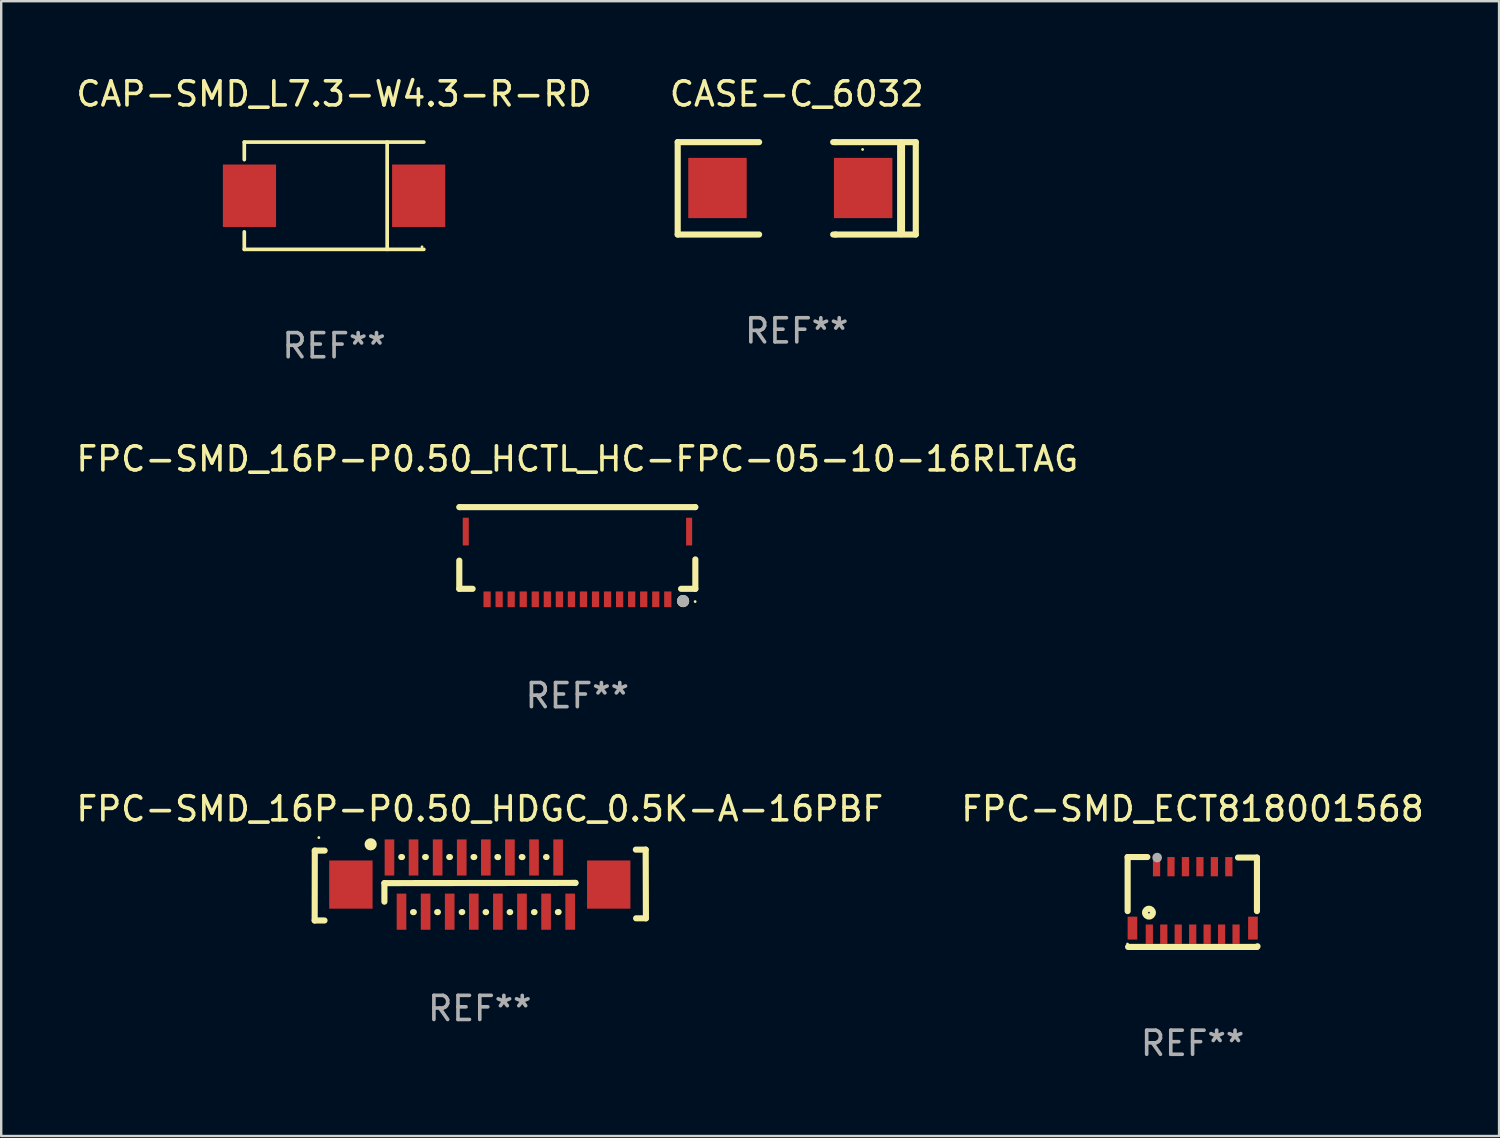
<source format=kicad_pcb>
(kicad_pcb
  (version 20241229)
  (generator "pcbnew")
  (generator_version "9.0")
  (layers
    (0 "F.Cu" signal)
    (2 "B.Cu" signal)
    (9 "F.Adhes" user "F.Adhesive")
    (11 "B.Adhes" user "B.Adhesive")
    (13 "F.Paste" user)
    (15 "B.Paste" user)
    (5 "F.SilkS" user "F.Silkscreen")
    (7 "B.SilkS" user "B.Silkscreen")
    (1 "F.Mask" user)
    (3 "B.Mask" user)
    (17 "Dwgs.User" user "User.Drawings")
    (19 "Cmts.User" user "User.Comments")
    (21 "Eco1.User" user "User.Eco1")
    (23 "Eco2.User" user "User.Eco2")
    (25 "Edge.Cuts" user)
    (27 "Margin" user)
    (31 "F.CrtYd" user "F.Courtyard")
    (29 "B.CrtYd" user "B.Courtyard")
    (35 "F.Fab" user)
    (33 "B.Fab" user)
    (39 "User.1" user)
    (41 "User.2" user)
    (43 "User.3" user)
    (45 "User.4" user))
  (footprint "FPC-SMD_16P-P0.50_HDGC_0.5K-A-16PBF"
    (layer "F.Cu")
    (at 16.864 33.663)
    (property "Reference" "FPC-SMD_16P-P0.50_HDGC_0.5K-A-16PBF" (at -0.001 -3.143 0) (layer "F.SilkS") (effects (font (size 1 1) (thickness 0.15))))
    (attr smd)
    (fp_line (start -6.854 1.49) (end -6.849 -1.41) (stroke (width 0.254) (type solid)) (layer "F.SilkS"))
    (fp_line (start -6.854 1.49) (end -6.446 1.49) (stroke (width 0.254) (type solid)) (layer "F.SilkS"))
    (fp_line (start -6.849 -1.41) (end -6.44 -1.41) (stroke (width 0.254) (type solid)) (layer "F.SilkS"))
    (fp_line (start -3.96 -0.06) (end 3.97 -0.07) (stroke (width 0.254) (type solid)) (layer "F.SilkS"))
    (fp_line (start -3.96 0.71) (end -3.96 -0.06) (stroke (width 0.254) (type solid)) (layer "F.SilkS"))
    (fp_line (start -3.26 -1.143) (end -3.23 -1.143) (stroke (width 0.254) (type solid)) (layer "F.SilkS"))
    (fp_line (start -2.74 1.143) (end -2.77 1.143) (stroke (width 0.254) (type solid)) (layer "F.SilkS"))
    (fp_line (start -2.27 -1.143) (end -2.24 -1.143) (stroke (width 0.254) (type solid)) (layer "F.SilkS"))
    (fp_line (start -1.74 1.143) (end -1.77 1.143) (stroke (width 0.254) (type solid)) (layer "F.SilkS"))
    (fp_line (start -1.27 -1.143) (end -1.24 -1.143) (stroke (width 0.254) (type solid)) (layer "F.SilkS"))
    (fp_line (start -0.73 1.14) (end -0.75 1.143) (stroke (width 0.254) (type solid)) (layer "F.SilkS"))
    (fp_line (start -0.26 -1.143) (end -0.23 -1.143) (stroke (width 0.254) (type solid)) (layer "F.SilkS"))
    (fp_line (start 0.26 1.143) (end 0.24 1.143) (stroke (width 0.254) (type solid)) (layer "F.SilkS"))
    (fp_line (start 0.73 -1.143) (end 0.76 -1.14) (stroke (width 0.254) (type solid)) (layer "F.SilkS"))
    (fp_line (start 1.26 1.143) (end 1.24 1.143) (stroke (width 0.254) (type solid)) (layer "F.SilkS"))
    (fp_line (start 1.74 -1.143) (end 1.77 -1.14) (stroke (width 0.254) (type solid)) (layer "F.SilkS"))
    (fp_line (start 2.27 1.143) (end 2.25 1.143) (stroke (width 0.254) (type solid)) (layer "F.SilkS"))
    (fp_line (start 2.75 -1.143) (end 2.77 -1.143) (stroke (width 0.254) (type solid)) (layer "F.SilkS"))
    (fp_line (start 3.27 1.14) (end 3.24 1.143) (stroke (width 0.254) (type solid)) (layer "F.SilkS"))
    (fp_line (start 3.97 -0.07) (end 3.97 -0.07) (stroke (width 0.254) (type solid)) (layer "F.SilkS"))
    (fp_line (start 6.884 -1.45) (end 6.476 -1.45) (stroke (width 0.254) (type solid)) (layer "F.SilkS"))
    (fp_line (start 6.884 -1.45) (end 6.894 1.4) (stroke (width 0.254) (type solid)) (layer "F.SilkS"))
    (fp_line (start 6.894 1.4) (end 6.486 1.4) (stroke (width 0.254) (type solid)) (layer "F.SilkS"))
    (fp_circle (center -6.68 -1.95) (end -6.65 -1.95) (stroke (width 0.06) (type solid)) (fill no) (layer "F.SilkS"))
    (fp_circle (center -4.53 -1.67) (end -4.403 -1.67) (stroke (width 0.254) (type solid)) (fill no) (layer "F.SilkS"))
    (fp_text user "REF**" (at -0.001 5.143 0) (layer "F.Fab") (effects (font (size 1 1) (thickness 0.15))))
    (pad "1" smd rect (at -3.75 -1.125) (size 0.4 1.5) (layers "F.Cu" "F.Mask" "F.Paste"))
    (pad "2" smd rect (at -3.25 1.125) (size 0.4 1.5) (layers "F.Cu" "F.Mask" "F.Paste"))
    (pad "3" smd rect (at -2.75 -1.125) (size 0.4 1.5) (layers "F.Cu" "F.Mask" "F.Paste"))
    (pad "4" smd rect (at -2.25 1.125) (size 0.4 1.5) (layers "F.Cu" "F.Mask" "F.Paste"))
    (pad "5" smd rect (at -1.75 -1.125) (size 0.4 1.5) (layers "F.Cu" "F.Mask" "F.Paste"))
    (pad "6" smd rect (at -1.25 1.125) (size 0.4 1.5) (layers "F.Cu" "F.Mask" "F.Paste"))
    (pad "7" smd rect (at -0.75 -1.125) (size 0.4 1.5) (layers "F.Cu" "F.Mask" "F.Paste"))
    (pad "8" smd rect (at -0.25 1.125) (size 0.4 1.5) (layers "F.Cu" "F.Mask" "F.Paste"))
    (pad "9" smd rect (at 0.25 -1.125) (size 0.4 1.5) (layers "F.Cu" "F.Mask" "F.Paste"))
    (pad "10" smd rect (at 0.75 1.125) (size 0.4 1.5) (layers "F.Cu" "F.Mask" "F.Paste"))
    (pad "11" smd rect (at 1.25 -1.125) (size 0.4 1.5) (layers "F.Cu" "F.Mask" "F.Paste"))
    (pad "12" smd rect (at 1.75 1.125) (size 0.4 1.5) (layers "F.Cu" "F.Mask" "F.Paste"))
    (pad "13" smd rect (at 2.25 -1.125) (size 0.4 1.5) (layers "F.Cu" "F.Mask" "F.Paste"))
    (pad "14" smd rect (at 2.75 1.125) (size 0.4 1.5) (layers "F.Cu" "F.Mask" "F.Paste"))
    (pad "15" smd rect (at 3.25 -1.125) (size 0.4 1.5) (layers "F.Cu" "F.Mask" "F.Paste"))
    (pad "16" smd rect (at 3.75 1.125) (size 0.4 1.5) (layers "F.Cu" "F.Mask" "F.Paste"))
    (pad "17" smd rect (at 5.35 0) (size 1.8 2) (layers "F.Cu" "F.Mask" "F.Paste"))
    (pad "18" smd rect (at -5.35 0 180) (size 1.8 2) (layers "F.Cu" "F.Mask" "F.Paste")))
  (footprint "CASE-C_6032"
    (layer "F.Cu")
    (at 29.751 4.753)
    (property "Reference" "CASE-C_6032" (at 0.267 -3.905 0) (layer "F.SilkS") (effects (font (size 1 1) (thickness 0.15))))
    (attr through_hole)
    (fp_line (start -4.674 -1.905) (end -1.295 -1.905) (stroke (width 0.254) (type solid)) (layer "F.SilkS"))
    (fp_line (start -4.674 1.93) (end -4.674 -1.905) (stroke (width 0.254) (type solid)) (layer "F.SilkS"))
    (fp_line (start -1.295 1.93) (end -4.674 1.93) (stroke (width 0.254) (type solid)) (layer "F.SilkS"))
    (fp_line (start 1.778 -1.905) (end 1.88 -1.905) (stroke (width 0.254) (type solid)) (layer "F.SilkS"))
    (fp_line (start 1.88 -1.905) (end 5.207 -1.905) (stroke (width 0.254) (type solid)) (layer "F.SilkS"))
    (fp_line (start 1.88 1.93) (end 1.778 1.93) (stroke (width 0.254) (type solid)) (layer "F.SilkS"))
    (fp_line (start 4.597 1.88) (end 4.597 -1.854) (stroke (width 0.33) (type solid)) (layer "F.SilkS"))
    (fp_line (start 5.207 -1.905) (end 5.207 1.93) (stroke (width 0.254) (type solid)) (layer "F.SilkS"))
    (fp_line (start 5.207 1.93) (end 1.88 1.93) (stroke (width 0.254) (type solid)) (layer "F.SilkS"))
    (fp_circle (center 3 -1.6) (end 3.03 -1.6) (stroke (width 0.06) (type solid)) (fill no) (layer "F.SilkS"))
    (fp_text user "REF**" (at 0.267 5.93 0) (layer "F.Fab") (effects (font (size 1 1) (thickness 0.15))))
    (pad "1" smd rect (at 3.023 0 180) (size 2.426 2.5) (layers "F.Cu" "F.Mask" "F.Paste"))
    (pad "2" smd rect (at -3.023 0 180) (size 2.426 2.5) (layers "F.Cu" "F.Mask" "F.Paste")))
  (footprint "FPC-SMD_ECT818001568"
    (layer "F.Cu")
    (at 46.451 34.32)
    (property "Reference" "FPC-SMD_ECT818001568" (at -0.005 -3.8 0) (layer "F.SilkS") (effects (font (size 1 1) (thickness 0.15))))
    (attr smd)
    (fp_line (start -2.7 -1.8) (end -2.7 0.444) (stroke (width 0.254) (type solid)) (layer "F.SilkS"))
    (fp_line (start -2.7 -1.8) (end -1.881 -1.8) (stroke (width 0.254) (type solid)) (layer "F.SilkS"))
    (fp_line (start -2.682 1.931) (end 2.665 1.931) (stroke (width 0.254) (type solid)) (layer "F.SilkS"))
    (fp_line (start 1.881 -1.778) (end 2.667 -1.778) (stroke (width 0.254) (type solid)) (layer "F.SilkS"))
    (fp_line (start 2.665 1.931) (end 2.691 1.905) (stroke (width 0.254) (type solid)) (layer "F.SilkS"))
    (fp_line (start 2.667 -1.778) (end 2.667 0.444) (stroke (width 0.254) (type solid)) (layer "F.SilkS"))
    (fp_circle (center -2.705 1.812) (end -2.675 1.812) (stroke (width 0.06) (type solid)) (fill no) (layer "F.SilkS"))
    (fp_circle (center -1.815 0.508) (end -1.653 0.508) (stroke (width 0.254) (type solid)) (fill no) (layer "F.SilkS"))
    (fp_circle (center -1.475 -1.778) (end -1.375 -1.778) (stroke (width 0.2) (type solid)) (fill no) (layer "F.Fab"))
    (fp_text user "REF**" (at -0.005 5.931 0) (layer "F.Fab") (effects (font (size 1 1) (thickness 0.15))))
    (pad "1" smd rect (at -1.8 1.4) (size 0.3 0.8) (layers "F.Cu" "F.Mask" "F.Paste"))
    (pad "2" smd rect (at -1.5 -1.4) (size 0.3 0.8) (layers "F.Cu" "F.Mask" "F.Paste"))
    (pad "3" smd rect (at -1.2 1.4) (size 0.3 0.8) (layers "F.Cu" "F.Mask" "F.Paste"))
    (pad "4" smd rect (at -0.9 -1.4) (size 0.3 0.8) (layers "F.Cu" "F.Mask" "F.Paste"))
    (pad "5" smd rect (at -0.6 1.4) (size 0.3 0.8) (layers "F.Cu" "F.Mask" "F.Paste"))
    (pad "6" smd rect (at -0.3 -1.4) (size 0.3 0.8) (layers "F.Cu" "F.Mask" "F.Paste"))
    (pad "7" smd rect (at 0.000076 1.4) (size 0.3 0.8) (layers "F.Cu" "F.Mask" "F.Paste"))
    (pad "8" smd rect (at 0.3 -1.4) (size 0.3 0.8) (layers "F.Cu" "F.Mask" "F.Paste"))
    (pad "9" smd rect (at 0.6 1.4) (size 0.3 0.8) (layers "F.Cu" "F.Mask" "F.Paste"))
    (pad "10" smd rect (at 0.9 -1.4) (size 0.3 0.8) (layers "F.Cu" "F.Mask" "F.Paste"))
    (pad "11" smd rect (at 1.2 1.4) (size 0.3 0.8) (layers "F.Cu" "F.Mask" "F.Paste"))
    (pad "12" smd rect (at 1.5 -1.4) (size 0.3 0.8) (layers "F.Cu" "F.Mask" "F.Paste"))
    (pad "13" smd rect (at 1.8 1.4) (size 0.3 0.8) (layers "F.Cu" "F.Mask" "F.Paste"))
    (pad "14" smd rect (at 2.5 1.15) (size 0.4 0.95) (layers "F.Cu" "F.Mask" "F.Paste"))
    (pad "15" smd rect (at -2.5 1.15) (size 0.4 0.95) (layers "F.Cu" "F.Mask" "F.Paste")))
  (footprint "FPC-SMD_16P-P0.50_HCTL_HC-FPC-05-10-16RLTAG"
    (layer "F.Cu")
    (at 20.916 20.418)
    (property "Reference" "FPC-SMD_16P-P0.50_HCTL_HC-FPC-05-10-16RLTAG" (at -0.005 -4.421 0) (layer "F.SilkS") (effects (font (size 1 1) (thickness 0.15))))
    (attr smd)
    (fp_line (start -4.904 0.97) (end -4.904 -0.2) (stroke (width 0.254) (type solid)) (layer "F.SilkS"))
    (fp_line (start -4.885 -2.421) (end -4.904 -2.421) (stroke (width 0.254) (type solid)) (layer "F.SilkS"))
    (fp_line (start -4.35 0.97) (end -4.904 0.97) (stroke (width 0.254) (type solid)) (layer "F.SilkS"))
    (fp_line (start 4.885 -2.421) (end -4.885 -2.421) (stroke (width 0.254) (type solid)) (layer "F.SilkS"))
    (fp_line (start 4.885 -2.421) (end 4.893 -2.421) (stroke (width 0.254) (type solid)) (layer "F.SilkS"))
    (fp_line (start 4.893 0.97) (end 4.3 0.97) (stroke (width 0.254) (type solid)) (layer "F.SilkS"))
    (fp_line (start 4.893 0.97) (end 4.893 -0.25) (stroke (width 0.254) (type solid)) (layer "F.SilkS"))
    (fp_circle (center 4.385 1.478) (end 4.512 1.478) (stroke (width 0.254) (type solid)) (fill no) (layer "F.SilkS"))
    (fp_circle (center 4.885 1.5) (end 4.915 1.5) (stroke (width 0.06) (type solid)) (fill no) (layer "F.SilkS"))
    (fp_circle (center 4.385 1.478) (end 4.512 1.478) (stroke (width 0.254) (type solid)) (fill no) (layer "F.Fab"))
    (fp_text user "REF**" (at -0.005 5.405 0) (layer "F.Fab") (effects (font (size 1 1) (thickness 0.15))))
    (pad "1" smd rect (at 3.75 1.405) (size 0.3 0.65) (layers "F.Cu" "F.Mask" "F.Paste"))
    (pad "2" smd rect (at 3.25 1.405) (size 0.3 0.65) (layers "F.Cu" "F.Mask" "F.Paste"))
    (pad "3" smd rect (at 2.75 1.405) (size 0.3 0.65) (layers "F.Cu" "F.Mask" "F.Paste"))
    (pad "4" smd rect (at 2.25 1.405) (size 0.3 0.65) (layers "F.Cu" "F.Mask" "F.Paste"))
    (pad "5" smd rect (at 1.75 1.405) (size 0.3 0.65) (layers "F.Cu" "F.Mask" "F.Paste"))
    (pad "6" smd rect (at 1.25 1.405) (size 0.3 0.65) (layers "F.Cu" "F.Mask" "F.Paste"))
    (pad "7" smd rect (at 0.75 1.405) (size 0.3 0.65) (layers "F.Cu" "F.Mask" "F.Paste"))
    (pad "8" smd rect (at 0.25 1.405) (size 0.3 0.65) (layers "F.Cu" "F.Mask" "F.Paste"))
    (pad "9" smd rect (at -0.25 1.405) (size 0.3 0.65) (layers "F.Cu" "F.Mask" "F.Paste"))
    (pad "10" smd rect (at -0.75 1.405) (size 0.3 0.65) (layers "F.Cu" "F.Mask" "F.Paste"))
    (pad "11" smd rect (at -1.25 1.405) (size 0.3 0.65) (layers "F.Cu" "F.Mask" "F.Paste"))
    (pad "12" smd rect (at -1.75 1.405) (size 0.3 0.65) (layers "F.Cu" "F.Mask" "F.Paste"))
    (pad "13" smd rect (at -2.25 1.405) (size 0.3 0.65) (layers "F.Cu" "F.Mask" "F.Paste"))
    (pad "14" smd rect (at -2.75 1.405) (size 0.3 0.65) (layers "F.Cu" "F.Mask" "F.Paste"))
    (pad "15" smd rect (at -3.25 1.405) (size 0.3 0.65) (layers "F.Cu" "F.Mask" "F.Paste"))
    (pad "16" smd rect (at -3.75 1.405) (size 0.3 0.65) (layers "F.Cu" "F.Mask" "F.Paste"))
    (pad "17" smd rect (at -4.635 -1.405) (size 0.25 1.15) (layers "F.Cu" "F.Mask" "F.Paste"))
    (pad "18" smd rect (at 4.635 -1.405) (size 0.25 1.15) (layers "F.Cu" "F.Mask" "F.Paste")))
  (footprint "CAP-SMD_L7.3-W4.3-R-RD"
    (layer "F.Cu")
    (at 10.815 5.074)
    (property "Reference" "CAP-SMD_L7.3-W4.3-R-RD" (at 0 -4.226 0) (layer "F.SilkS") (effects (font (size 1 1) (thickness 0.15))))
    (attr through_hole)
    (fp_line (start -3.726 -2.226) (end -3.726 -1.499) (stroke (width 0.152) (type solid)) (layer "F.SilkS"))
    (fp_line (start -3.726 -2.226) (end 3.726 -2.226) (stroke (width 0.152) (type solid)) (layer "F.SilkS"))
    (fp_line (start -3.726 2.226) (end -3.726 1.499) (stroke (width 0.152) (type solid)) (layer "F.SilkS"))
    (fp_line (start -3.726 2.226) (end 3.726 2.226) (stroke (width 0.152) (type solid)) (layer "F.SilkS"))
    (fp_line (start 2.204 -2.226) (end 2.204 2.226) (stroke (width 0.152) (type solid)) (layer "F.SilkS"))
    (fp_circle (center 3.65 2.12) (end 3.68 2.12) (stroke (width 0.06) (type solid)) (fill no) (layer "F.SilkS"))
    (fp_text user "REF**" (at 0 6.226 0) (layer "F.Fab") (effects (font (size 1 1) (thickness 0.15))))
    (pad "1" smd rect (at 3.511 0) (size 2.207 2.592) (layers "F.Cu" "F.Mask" "F.Paste"))
    (pad "2" smd rect (at -3.511 0) (size 2.207 2.592) (layers "F.Cu" "F.Mask" "F.Paste")))
  (gr_rect
    (start -3 -3)
    (end 59.167 44.099)
    (stroke (width 0.1) (type default))
    (fill no)
    (layer "Edge.Cuts")))
</source>
